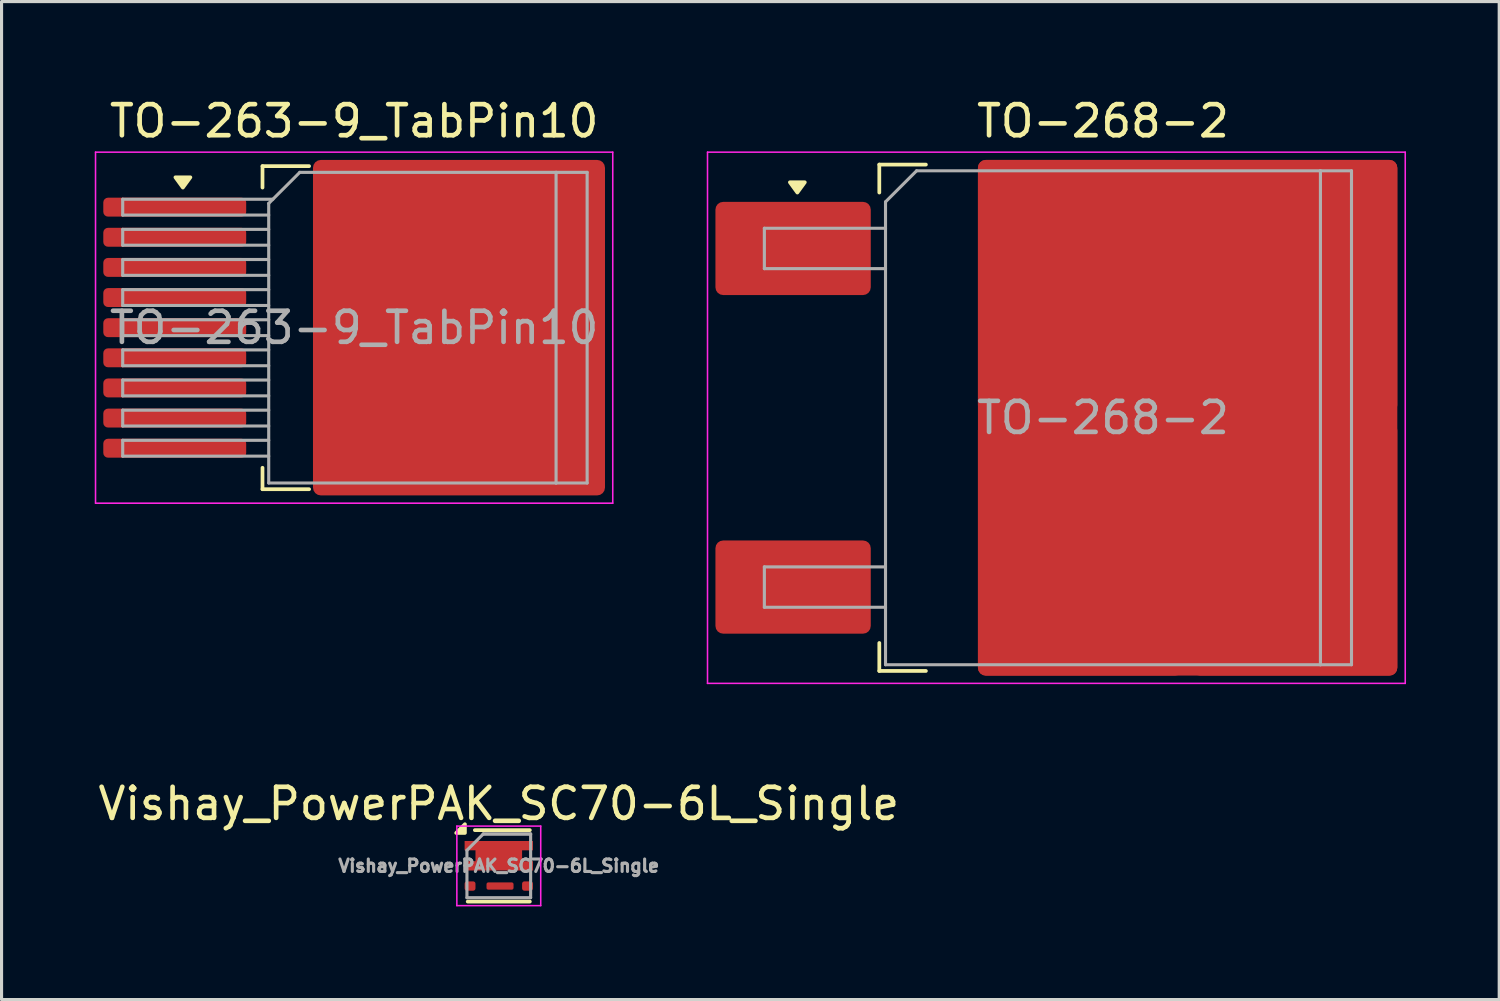
<source format=kicad_pcb>
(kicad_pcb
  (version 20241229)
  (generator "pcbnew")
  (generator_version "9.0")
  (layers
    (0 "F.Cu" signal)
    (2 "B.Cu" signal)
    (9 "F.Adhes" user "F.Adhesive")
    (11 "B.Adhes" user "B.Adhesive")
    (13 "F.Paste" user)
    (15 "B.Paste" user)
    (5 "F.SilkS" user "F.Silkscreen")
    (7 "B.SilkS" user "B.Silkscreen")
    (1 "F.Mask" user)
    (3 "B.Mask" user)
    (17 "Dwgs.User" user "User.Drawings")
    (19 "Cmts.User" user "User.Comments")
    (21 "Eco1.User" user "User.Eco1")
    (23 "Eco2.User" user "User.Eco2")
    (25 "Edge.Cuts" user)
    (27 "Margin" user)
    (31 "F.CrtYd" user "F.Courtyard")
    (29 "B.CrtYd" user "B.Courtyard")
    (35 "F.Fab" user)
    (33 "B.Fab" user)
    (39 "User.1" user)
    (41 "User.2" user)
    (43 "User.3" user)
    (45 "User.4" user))
  (footprint "TO-268-2"
    (layer "F.Cu")
    (at 32.455 10.398)
    (property "Reference" "TO-268-2" (at 0 -9.55 0) (layer "F.SilkS") (effects (font (size 1 1) (thickness 0.15))))
    (attr smd)
    (fp_line (start -7.2 -8.15) (end -7.2 -7.25) (stroke (width 0.12) (type solid)) (layer "F.SilkS"))
    (fp_line (start -7.2 8.15) (end -7.2 7.25) (stroke (width 0.12) (type solid)) (layer "F.SilkS"))
    (fp_line (start -5.7 -8.15) (end -7.2 -8.15) (stroke (width 0.12) (type solid)) (layer "F.SilkS"))
    (fp_line (start -5.7 8.15) (end -7.2 8.15) (stroke (width 0.12) (type solid)) (layer "F.SilkS"))
    (fp_poly (pts (xy -9.838 -7.25) (xy -10.078 -7.58) (xy -9.598 -7.58) (xy -9.838 -7.25)) (stroke (width 0.12) (type solid)) (fill yes) (layer "F.SilkS"))
    (fp_line (start -12.73 -8.55) (end -12.73 8.55) (stroke (width 0.05) (type solid)) (layer "F.CrtYd"))
    (fp_line (start -12.73 8.55) (end 9.73 8.55) (stroke (width 0.05) (type solid)) (layer "F.CrtYd"))
    (fp_line (start 9.73 -8.55) (end -12.73 -8.55) (stroke (width 0.05) (type solid)) (layer "F.CrtYd"))
    (fp_line (start 9.73 8.55) (end 9.73 -8.55) (stroke (width 0.05) (type solid)) (layer "F.CrtYd"))
    (fp_line (start -10.9 -6.1) (end -10.9 -4.8) (stroke (width 0.1) (type solid)) (layer "F.Fab"))
    (fp_line (start -10.9 -4.8) (end -7 -4.8) (stroke (width 0.1) (type solid)) (layer "F.Fab"))
    (fp_line (start -10.9 4.8) (end -10.9 6.1) (stroke (width 0.1) (type solid)) (layer "F.Fab"))
    (fp_line (start -10.9 6.1) (end -7 6.1) (stroke (width 0.1) (type solid)) (layer "F.Fab"))
    (fp_line (start -7 -6.95) (end -6 -7.95) (stroke (width 0.1) (type solid)) (layer "F.Fab"))
    (fp_line (start -7 -6.1) (end -10.9 -6.1) (stroke (width 0.1) (type solid)) (layer "F.Fab"))
    (fp_line (start -7 4.8) (end -10.9 4.8) (stroke (width 0.1) (type solid)) (layer "F.Fab"))
    (fp_line (start -7 7.95) (end -7 -6.95) (stroke (width 0.1) (type solid)) (layer "F.Fab"))
    (fp_line (start -6 -7.95) (end 7 -7.95) (stroke (width 0.1) (type solid)) (layer "F.Fab"))
    (fp_line (start 7 -7.95) (end 7 7.95) (stroke (width 0.1) (type solid)) (layer "F.Fab"))
    (fp_line (start 7 -7.95) (end 8 -7.95) (stroke (width 0.1) (type solid)) (layer "F.Fab"))
    (fp_line (start 7 7.95) (end -7 7.95) (stroke (width 0.1) (type solid)) (layer "F.Fab"))
    (fp_line (start 8 -7.95) (end 8 7.95) (stroke (width 0.1) (type solid)) (layer "F.Fab"))
    (fp_line (start 8 7.95) (end 7 7.95) (stroke (width 0.1) (type solid)) (layer "F.Fab"))
    (fp_text user "${REFERENCE}" (at 0 0 0) (layer "F.Fab") (effects (font (size 1 1) (thickness 0.15))))
    (pad "1" smd roundrect (at -9.975 -5.45) (size 5 3) (layers "F.Cu" "F.Mask" "F.Paste") (roundrect_rratio 0.083))
    (pad "2" smd roundrect (at -0.725 -4.225) (size 6.6 8.15) (layers "F.Cu" "F.Paste") (roundrect_rratio 0.038))
    (pad "2" smd roundrect (at -0.725 4.225) (size 6.6 8.15) (layers "F.Cu" "F.Paste") (roundrect_rratio 0.038))
    (pad "2" smd roundrect (at 2.725 0) (size 13.5 16.6) (layers "F.Cu" "F.Mask") (roundrect_rratio 0.019))
    (pad "2" smd roundrect (at 6.175 -4.225) (size 6.6 8.15) (layers "F.Cu" "F.Paste") (roundrect_rratio 0.038))
    (pad "2" smd roundrect (at 6.175 4.225) (size 6.6 8.15) (layers "F.Cu" "F.Paste") (roundrect_rratio 0.038))
    (pad "3" smd roundrect (at -9.975 5.45) (size 5 3) (layers "F.Cu" "F.Mask" "F.Paste") (roundrect_rratio 0.083)))
  (footprint "Vishay_PowerPAK_SC70-6L_Single"
    (layer "F.Cu")
    (at 13.006 24.822)
    (property "Reference" "Vishay_PowerPAK_SC70-6L_Single" (at 0 -2 0) (layer "F.SilkS") (effects (font (size 1 1) (thickness 0.15))))
    (attr smd)
    (fp_line (start -0.77 -1.15) (end 1 -1.15) (stroke (width 0.12) (type solid)) (layer "F.SilkS"))
    (fp_line (start 1 1.15) (end -1 1.15) (stroke (width 0.12) (type solid)) (layer "F.SilkS"))
    (fp_poly (pts (xy -1.09 -1.06) (xy -1.37 -1.06) (xy -1.09 -1.34) (xy -1.09 -1.06)) (stroke (width 0.12) (type solid)) (fill yes) (layer "F.SilkS"))
    (fp_line (start -1.35 -1.28) (end 1.35 -1.28) (stroke (width 0.05) (type solid)) (layer "F.CrtYd"))
    (fp_line (start -1.35 1.28) (end -1.35 -1.28) (stroke (width 0.05) (type solid)) (layer "F.CrtYd"))
    (fp_line (start 1.35 -1.28) (end 1.35 1.28) (stroke (width 0.05) (type solid)) (layer "F.CrtYd"))
    (fp_line (start 1.35 1.28) (end -1.35 1.28) (stroke (width 0.05) (type solid)) (layer "F.CrtYd"))
    (fp_line (start -1.025 -0.5) (end -0.5 -1.025) (stroke (width 0.1) (type solid)) (layer "F.Fab"))
    (fp_line (start -1.025 1.025) (end -1.025 -0.5) (stroke (width 0.1) (type solid)) (layer "F.Fab"))
    (fp_line (start -0.5 -1.025) (end 1.025 -1.025) (stroke (width 0.1) (type solid)) (layer "F.Fab"))
    (fp_line (start -0.5 -1.025) (end 1.025 -1.025) (stroke (width 0.1) (type solid)) (layer "F.Fab"))
    (fp_line (start 1.025 -1.025) (end 1.025 1.025) (stroke (width 0.1) (type solid)) (layer "F.Fab"))
    (fp_line (start 1.025 1.025) (end -1.025 1.025) (stroke (width 0.1) (type solid)) (layer "F.Fab"))
    (fp_text user "${REFERENCE}" (at 0 0 0) (layer "F.Fab") (effects (font (size 0.4 0.4) (thickness 0.1))))
    (pad "" smd roundrect (at -0.35 -0.325) (size 0.6 0.8) (layers "F.Paste") (roundrect_rratio 0.25))
    (pad "" smd roundrect (at 0.35 -0.325) (size 0.6 0.8) (layers "F.Paste") (roundrect_rratio 0.25))
    (pad "1" smd custom (at 0 -0.325) (size 1.5 0.95) (layers "F.Cu" "F.Mask") (options (anchor rect)) (primitives (gr_poly (pts (xy 1.1 -0.175) (xy -1.1 -0.175) (xy -1.1 -0.475) (xy 1.1 -0.475)) (width 0) (fill yes)) (gr_poly (pts (xy 1.1 0.475) (xy -1.1 0.475) (xy -1.1 0.175) (xy 1.1 0.175)) (width 0) (fill yes))))
    (pad "3" smd roundrect (at -0.925 0.65) (size 0.35 0.3) (layers "F.Cu" "F.Mask" "F.Paste") (roundrect_rratio 0.25))
    (pad "4" smd roundrect (at 0.04 0.65) (size 0.87 0.235) (layers "F.Cu" "F.Mask" "F.Paste") (roundrect_rratio 0.25))
    (pad "4" smd roundrect (at 0.925 0.65) (size 0.35 0.3) (layers "F.Cu" "F.Mask" "F.Paste") (roundrect_rratio 0.25)))
  (footprint "TO-263-9_TabPin10"
    (layer "F.Cu")
    (at 10.225 7.498)
    (property "Reference" "TO-263-9_TabPin10" (at -1.875 -6.65 0) (layer "F.SilkS") (effects (font (size 1 1) (thickness 0.15))))
    (attr smd)
    (fp_line (start -4.825 -5.2) (end -4.825 -4.51) (stroke (width 0.12) (type solid)) (layer "F.SilkS"))
    (fp_line (start -4.825 5.2) (end -4.825 4.51) (stroke (width 0.12) (type solid)) (layer "F.SilkS"))
    (fp_line (start -3.325 -5.2) (end -4.825 -5.2) (stroke (width 0.12) (type solid)) (layer "F.SilkS"))
    (fp_line (start -3.325 5.2) (end -4.825 5.2) (stroke (width 0.12) (type solid)) (layer "F.SilkS"))
    (fp_poly (pts (xy -7.388 -4.51) (xy -7.628 -4.84) (xy -7.147 -4.84) (xy -7.388 -4.51)) (stroke (width 0.12) (type solid)) (fill yes) (layer "F.SilkS"))
    (fp_line (start -10.2 -5.65) (end -10.2 5.65) (stroke (width 0.05) (type solid)) (layer "F.CrtYd"))
    (fp_line (start -10.2 5.65) (end 6.45 5.65) (stroke (width 0.05) (type solid)) (layer "F.CrtYd"))
    (fp_line (start 6.45 -5.65) (end -10.2 -5.65) (stroke (width 0.05) (type solid)) (layer "F.CrtYd"))
    (fp_line (start 6.45 5.65) (end 6.45 -5.65) (stroke (width 0.05) (type solid)) (layer "F.CrtYd"))
    (fp_line (start -9.325 -4.135) (end -9.325 -3.625) (stroke (width 0.1) (type solid)) (layer "F.Fab"))
    (fp_line (start -9.325 -3.625) (end -4.625 -3.625) (stroke (width 0.1) (type solid)) (layer "F.Fab"))
    (fp_line (start -9.325 -3.165) (end -9.325 -2.655) (stroke (width 0.1) (type solid)) (layer "F.Fab"))
    (fp_line (start -9.325 -2.655) (end -4.625 -2.655) (stroke (width 0.1) (type solid)) (layer "F.Fab"))
    (fp_line (start -9.325 -2.195) (end -9.325 -1.685) (stroke (width 0.1) (type solid)) (layer "F.Fab"))
    (fp_line (start -9.325 -1.685) (end -4.625 -1.685) (stroke (width 0.1) (type solid)) (layer "F.Fab"))
    (fp_line (start -9.325 -1.225) (end -9.325 -0.715) (stroke (width 0.1) (type solid)) (layer "F.Fab"))
    (fp_line (start -9.325 -0.715) (end -4.625 -0.715) (stroke (width 0.1) (type solid)) (layer "F.Fab"))
    (fp_line (start -9.325 -0.255) (end -9.325 0.255) (stroke (width 0.1) (type solid)) (layer "F.Fab"))
    (fp_line (start -9.325 0.255) (end -4.625 0.255) (stroke (width 0.1) (type solid)) (layer "F.Fab"))
    (fp_line (start -9.325 0.715) (end -9.325 1.225) (stroke (width 0.1) (type solid)) (layer "F.Fab"))
    (fp_line (start -9.325 1.225) (end -4.625 1.225) (stroke (width 0.1) (type solid)) (layer "F.Fab"))
    (fp_line (start -9.325 1.685) (end -9.325 2.195) (stroke (width 0.1) (type solid)) (layer "F.Fab"))
    (fp_line (start -9.325 2.195) (end -4.625 2.195) (stroke (width 0.1) (type solid)) (layer "F.Fab"))
    (fp_line (start -9.325 2.655) (end -9.325 3.165) (stroke (width 0.1) (type solid)) (layer "F.Fab"))
    (fp_line (start -9.325 3.165) (end -4.625 3.165) (stroke (width 0.1) (type solid)) (layer "F.Fab"))
    (fp_line (start -9.325 3.625) (end -9.325 4.135) (stroke (width 0.1) (type solid)) (layer "F.Fab"))
    (fp_line (start -9.325 4.135) (end -4.625 4.135) (stroke (width 0.1) (type solid)) (layer "F.Fab"))
    (fp_line (start -4.625 -4) (end -3.625 -5) (stroke (width 0.1) (type solid)) (layer "F.Fab"))
    (fp_line (start -4.625 -3.165) (end -9.325 -3.165) (stroke (width 0.1) (type solid)) (layer "F.Fab"))
    (fp_line (start -4.625 -2.195) (end -9.325 -2.195) (stroke (width 0.1) (type solid)) (layer "F.Fab"))
    (fp_line (start -4.625 -1.225) (end -9.325 -1.225) (stroke (width 0.1) (type solid)) (layer "F.Fab"))
    (fp_line (start -4.625 -0.255) (end -9.325 -0.255) (stroke (width 0.1) (type solid)) (layer "F.Fab"))
    (fp_line (start -4.625 0.715) (end -9.325 0.715) (stroke (width 0.1) (type solid)) (layer "F.Fab"))
    (fp_line (start -4.625 1.685) (end -9.325 1.685) (stroke (width 0.1) (type solid)) (layer "F.Fab"))
    (fp_line (start -4.625 2.655) (end -9.325 2.655) (stroke (width 0.1) (type solid)) (layer "F.Fab"))
    (fp_line (start -4.625 3.625) (end -9.325 3.625) (stroke (width 0.1) (type solid)) (layer "F.Fab"))
    (fp_line (start -4.625 5) (end -4.625 -4) (stroke (width 0.1) (type solid)) (layer "F.Fab"))
    (fp_line (start -4.49 -4.135) (end -9.325 -4.135) (stroke (width 0.1) (type solid)) (layer "F.Fab"))
    (fp_line (start -3.625 -5) (end 4.625 -5) (stroke (width 0.1) (type solid)) (layer "F.Fab"))
    (fp_line (start 4.625 -5) (end 4.625 5) (stroke (width 0.1) (type solid)) (layer "F.Fab"))
    (fp_line (start 4.625 -5) (end 5.625 -5) (stroke (width 0.1) (type solid)) (layer "F.Fab"))
    (fp_line (start 4.625 5) (end -4.625 5) (stroke (width 0.1) (type solid)) (layer "F.Fab"))
    (fp_line (start 5.625 -5) (end 5.625 5) (stroke (width 0.1) (type solid)) (layer "F.Fab"))
    (fp_line (start 5.625 5) (end 4.625 5) (stroke (width 0.1) (type solid)) (layer "F.Fab"))
    (fp_text user "${REFERENCE}" (at -1.875 0 0) (layer "F.Fab") (effects (font (size 1 1) (thickness 0.15))))
    (pad "" smd roundrect (at -0.925 -2.775) (size 4.55 5.25) (layers "F.Paste") (roundrect_rratio 0.055))
    (pad "" smd roundrect (at -0.925 2.775) (size 4.55 5.25) (layers "F.Paste") (roundrect_rratio 0.055))
    (pad "" smd roundrect (at 3.925 -2.775) (size 4.55 5.25) (layers "F.Paste") (roundrect_rratio 0.055))
    (pad "" smd roundrect (at 3.925 2.775) (size 4.55 5.25) (layers "F.Paste") (roundrect_rratio 0.055))
    (pad "1" smd roundrect (at -7.65 -3.88) (size 4.6 0.61) (layers "F.Cu" "F.Mask" "F.Paste") (roundrect_rratio 0.25))
    (pad "2" smd roundrect (at -7.65 -2.91) (size 4.6 0.61) (layers "F.Cu" "F.Mask" "F.Paste") (roundrect_rratio 0.25))
    (pad "3" smd roundrect (at -7.65 -1.94) (size 4.6 0.61) (layers "F.Cu" "F.Mask" "F.Paste") (roundrect_rratio 0.25))
    (pad "4" smd roundrect (at -7.65 -0.97) (size 4.6 0.61) (layers "F.Cu" "F.Mask" "F.Paste") (roundrect_rratio 0.25))
    (pad "5" smd roundrect (at -7.65 0) (size 4.6 0.61) (layers "F.Cu" "F.Mask" "F.Paste") (roundrect_rratio 0.25))
    (pad "6" smd roundrect (at -7.65 0.97) (size 4.6 0.61) (layers "F.Cu" "F.Mask" "F.Paste") (roundrect_rratio 0.25))
    (pad "7" smd roundrect (at -7.65 1.94) (size 4.6 0.61) (layers "F.Cu" "F.Mask" "F.Paste") (roundrect_rratio 0.25))
    (pad "8" smd roundrect (at -7.65 2.91) (size 4.6 0.61) (layers "F.Cu" "F.Mask" "F.Paste") (roundrect_rratio 0.25))
    (pad "9" smd roundrect (at -7.65 3.88) (size 4.6 0.61) (layers "F.Cu" "F.Mask" "F.Paste") (roundrect_rratio 0.25))
    (pad "10" smd roundrect (at 1.5 0) (size 9.4 10.8) (layers "F.Cu" "F.Mask") (roundrect_rratio 0.027)))
  (gr_rect
    (start -3 -3)
    (end 45.21 29.127)
    (stroke (width 0.1) (type default))
    (fill no)
    (layer "Edge.Cuts")))
</source>
